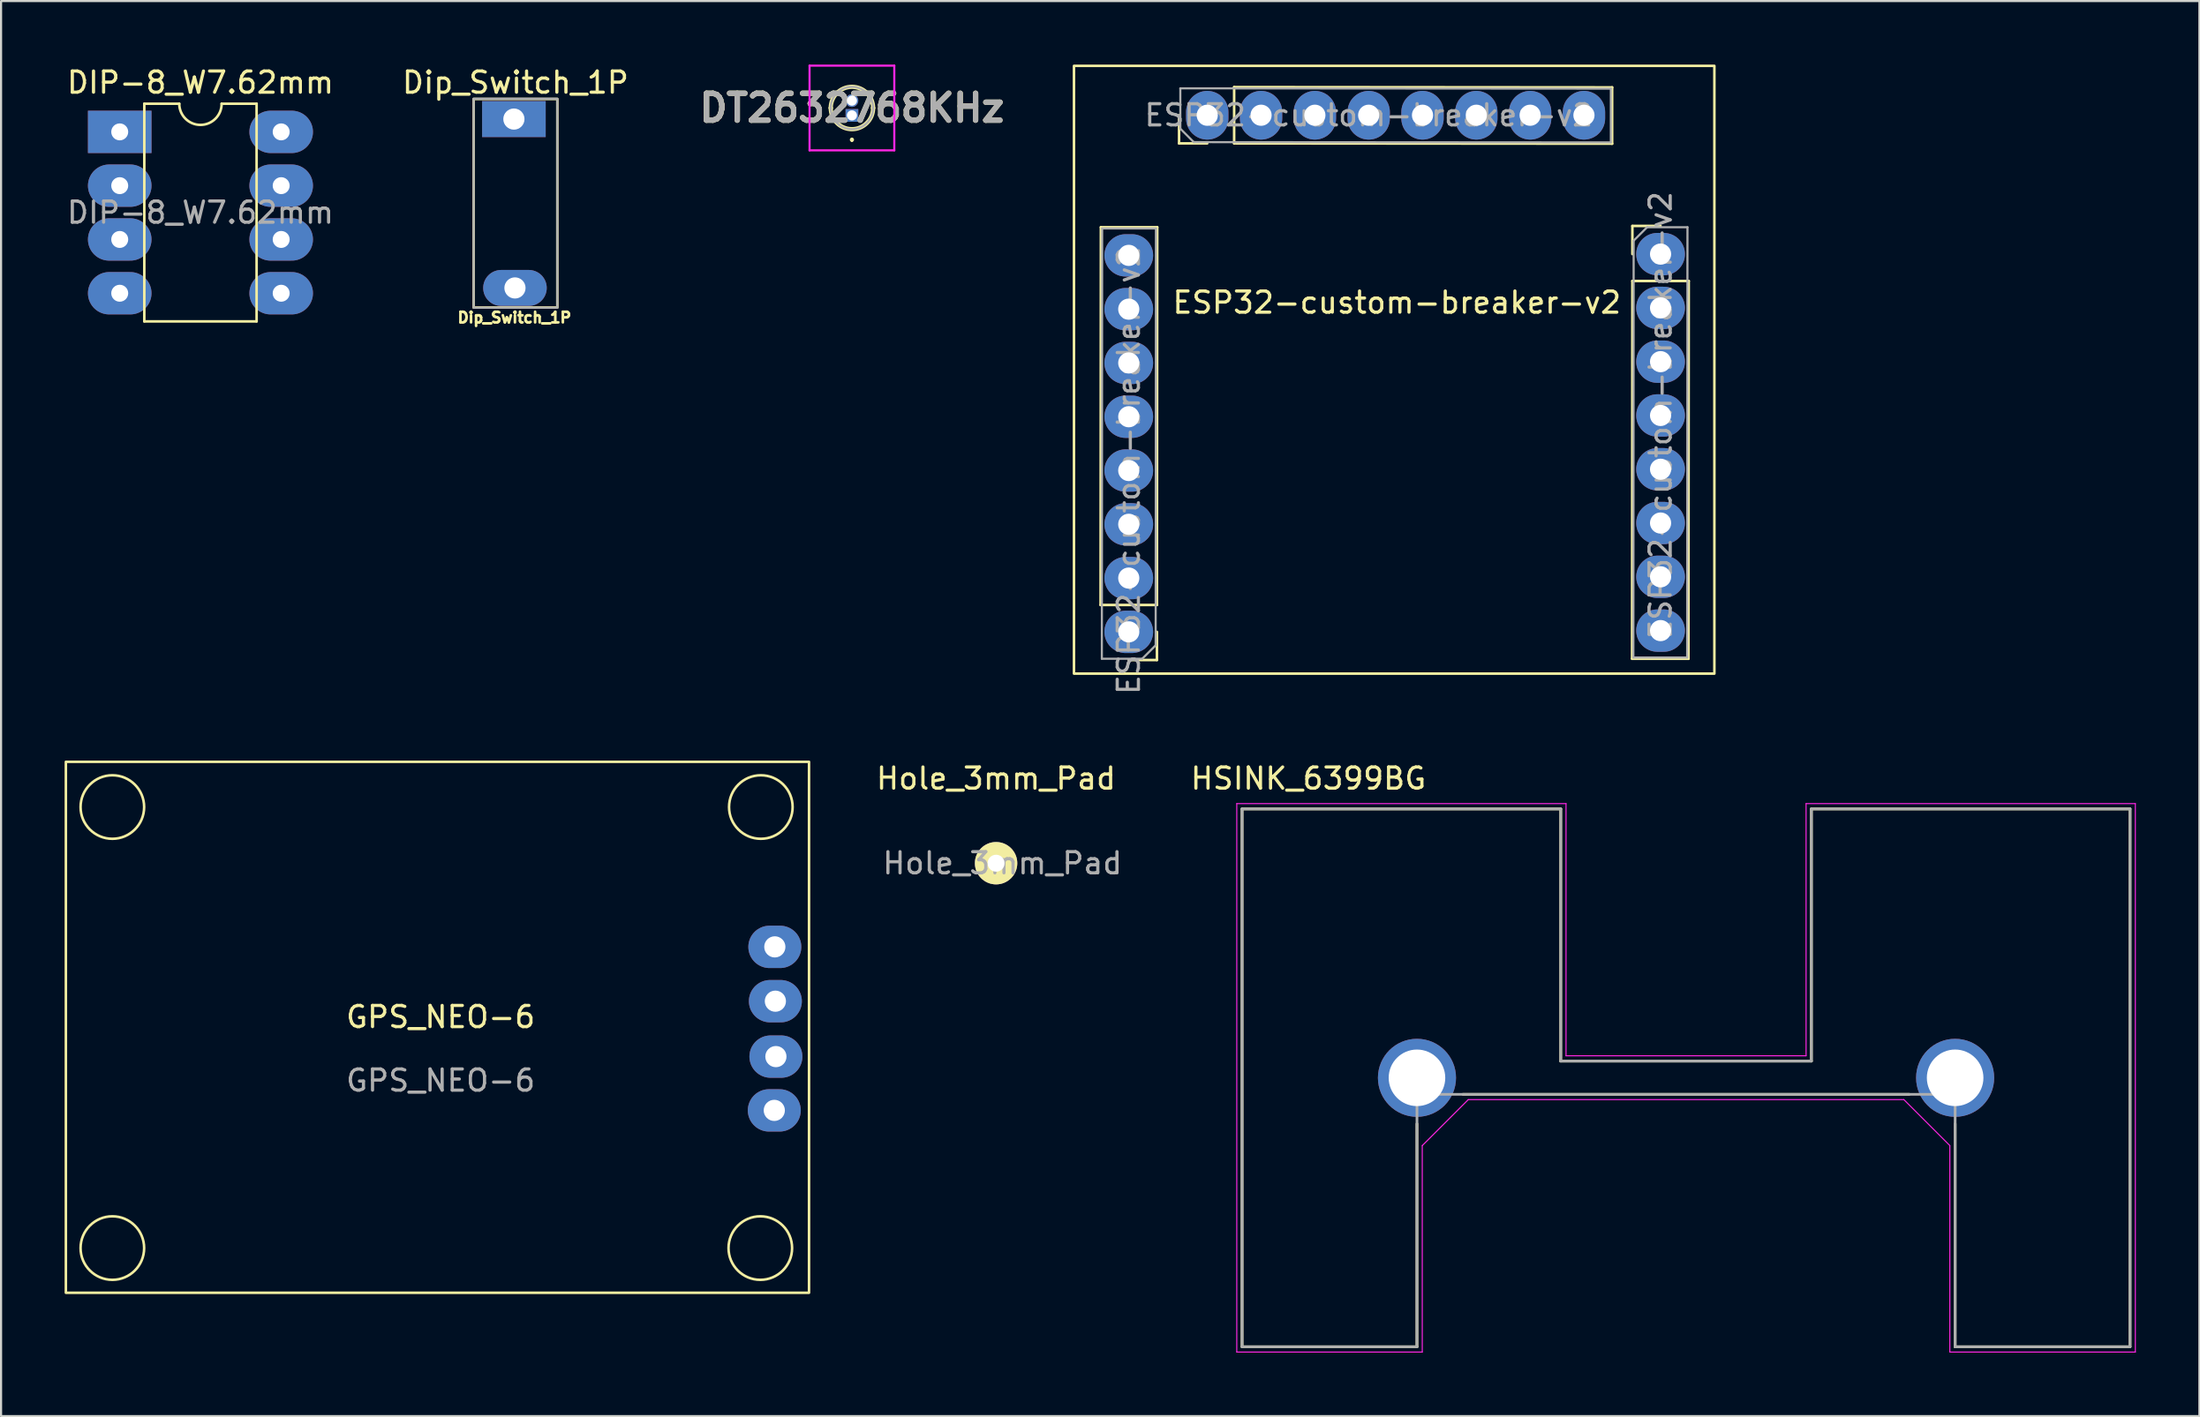
<source format=kicad_pcb>
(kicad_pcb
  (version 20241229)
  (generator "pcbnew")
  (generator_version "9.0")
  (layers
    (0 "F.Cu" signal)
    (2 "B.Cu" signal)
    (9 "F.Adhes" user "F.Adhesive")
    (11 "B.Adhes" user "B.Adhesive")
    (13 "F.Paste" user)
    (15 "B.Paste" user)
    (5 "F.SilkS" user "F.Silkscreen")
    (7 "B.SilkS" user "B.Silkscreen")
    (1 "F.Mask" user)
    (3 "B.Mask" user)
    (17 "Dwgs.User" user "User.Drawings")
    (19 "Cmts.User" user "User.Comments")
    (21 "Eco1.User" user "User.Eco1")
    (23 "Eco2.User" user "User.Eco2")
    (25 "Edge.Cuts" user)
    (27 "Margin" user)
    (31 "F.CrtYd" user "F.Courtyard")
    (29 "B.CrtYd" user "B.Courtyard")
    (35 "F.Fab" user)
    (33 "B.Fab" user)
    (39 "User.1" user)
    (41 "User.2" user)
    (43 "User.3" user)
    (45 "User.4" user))
  (footprint "ESP32-custom-breaker-v2"
    (layer "F.Cu")
    (at 62.879 11.236)
    (property "Reference" "ESP32-custom-breaker-v2" (at 0 0 0) (layer "F.SilkS") (effects (font (size 1 1) (thickness 0.15))))
    (attr through_hole)
    (fp_line (start -13.984 14.284) (end -13.97 -3.556) (stroke (width 0.12) (type solid)) (layer "F.SilkS"))
    (fp_line (start -11.324 14.284) (end -13.984 14.284) (stroke (width 0.12) (type solid)) (layer "F.SilkS"))
    (fp_line (start -11.324 14.284) (end -11.31 -3.556) (stroke (width 0.12) (type solid)) (layer "F.SilkS"))
    (fp_line (start -11.324 15.554) (end -11.324 16.884) (stroke (width 0.12) (type solid)) (layer "F.SilkS"))
    (fp_line (start -11.324 16.884) (end -12.654 16.884) (stroke (width 0.12) (type solid)) (layer "F.SilkS"))
    (fp_line (start -11.31 -3.556) (end -13.97 -3.556) (stroke (width 0.12) (type solid)) (layer "F.SilkS"))
    (fp_line (start -10.28 -7.514) (end -10.28 -8.844) (stroke (width 0.12) (type solid)) (layer "F.SilkS"))
    (fp_line (start -8.95 -7.514) (end -10.28 -7.514) (stroke (width 0.12) (type solid)) (layer "F.SilkS"))
    (fp_line (start -7.68 -10.174) (end 10.16 -10.16) (stroke (width 0.12) (type solid)) (layer "F.SilkS"))
    (fp_line (start -7.68 -7.514) (end -7.68 -10.174) (stroke (width 0.12) (type solid)) (layer "F.SilkS"))
    (fp_line (start -7.68 -7.514) (end 10.16 -7.5) (stroke (width 0.12) (type solid)) (layer "F.SilkS"))
    (fp_line (start 10.16 -7.5) (end 10.16 -10.16) (stroke (width 0.12) (type solid)) (layer "F.SilkS"))
    (fp_line (start 11.102 16.824) (end 13.762 16.824) (stroke (width 0.12) (type solid)) (layer "F.SilkS"))
    (fp_line (start 11.116 -3.616) (end 12.446 -3.616) (stroke (width 0.12) (type solid)) (layer "F.SilkS"))
    (fp_line (start 11.116 -2.286) (end 11.116 -3.616) (stroke (width 0.12) (type solid)) (layer "F.SilkS"))
    (fp_line (start 11.116 -1.016) (end 11.102 16.824) (stroke (width 0.12) (type solid)) (layer "F.SilkS"))
    (fp_line (start 11.116 -1.016) (end 13.776 -1.016) (stroke (width 0.12) (type solid)) (layer "F.SilkS"))
    (fp_line (start 13.776 -1.016) (end 13.762 16.824) (stroke (width 0.12) (type solid)) (layer "F.SilkS"))
    (fp_rect (start -15.24 -11.176) (end 14.986 17.526) (stroke (width 0.12) (type solid)) (fill no) (layer "F.SilkS"))
    (fp_line (start -13.924 16.824) (end -13.91 -3.496) (stroke (width 0.1) (type solid)) (layer "F.Fab"))
    (fp_line (start -13.91 -3.496) (end -11.37 -3.496) (stroke (width 0.1) (type solid)) (layer "F.Fab"))
    (fp_line (start -12.019 16.824) (end -13.924 16.824) (stroke (width 0.1) (type solid)) (layer "F.Fab"))
    (fp_line (start -11.384 16.189) (end -12.019 16.824) (stroke (width 0.1) (type solid)) (layer "F.Fab"))
    (fp_line (start -11.37 -3.496) (end -11.384 16.189) (stroke (width 0.1) (type solid)) (layer "F.Fab"))
    (fp_line (start -10.22 -10.114) (end 10.1 -10.1) (stroke (width 0.1) (type solid)) (layer "F.Fab"))
    (fp_line (start -10.22 -8.209) (end -10.22 -10.114) (stroke (width 0.1) (type solid)) (layer "F.Fab"))
    (fp_line (start -9.585 -7.574) (end -10.22 -8.209) (stroke (width 0.1) (type solid)) (layer "F.Fab"))
    (fp_line (start 10.1 -10.1) (end 10.1 -7.56) (stroke (width 0.1) (type solid)) (layer "F.Fab"))
    (fp_line (start 10.1 -7.56) (end -9.585 -7.574) (stroke (width 0.1) (type solid)) (layer "F.Fab"))
    (fp_line (start 11.162 16.764) (end 11.176 -2.921) (stroke (width 0.1) (type solid)) (layer "F.Fab"))
    (fp_line (start 11.176 -2.921) (end 11.811 -3.556) (stroke (width 0.1) (type solid)) (layer "F.Fab"))
    (fp_line (start 11.811 -3.556) (end 13.716 -3.556) (stroke (width 0.1) (type solid)) (layer "F.Fab"))
    (fp_line (start 13.702 16.764) (end 11.162 16.764) (stroke (width 0.1) (type solid)) (layer "F.Fab"))
    (fp_line (start 13.716 -3.556) (end 13.702 16.764) (stroke (width 0.1) (type solid)) (layer "F.Fab"))
    (fp_text user "${REFERENCE}" (at -1.33 -8.844 180) (layer "F.Fab") (effects (font (size 1 1) (thickness 0.15))))
    (fp_text user "${REFERENCE}" (at 12.446 5.334 90) (layer "F.Fab") (effects (font (size 1 1) (thickness 0.15))))
    (fp_text user "${REFERENCE}" (at -12.654 7.934 270) (layer "F.Fab") (effects (font (size 1 1) (thickness 0.15))))
    (pad "1" thru_hole oval (at 12.446 15.494) (size 2.3 2) (drill 1) (layers "*.Cu" "*.Mask"))
    (pad "2" thru_hole oval (at 12.446 12.954) (size 2.3 2) (drill 1) (layers "*.Cu" "*.Mask"))
    (pad "3" thru_hole oval (at 12.446 10.414) (size 2.3 2) (drill 1) (layers "*.Cu" "*.Mask"))
    (pad "4" thru_hole oval (at 12.446 7.874) (size 2.3 2) (drill 1) (layers "*.Cu" "*.Mask"))
    (pad "5" thru_hole oval (at 12.446 5.334) (size 2.3 2) (drill 1) (layers "*.Cu" "*.Mask"))
    (pad "6" thru_hole oval (at 12.446 2.794) (size 2.3 2) (drill 1) (layers "*.Cu" "*.Mask"))
    (pad "7" thru_hole oval (at 12.446 0.254) (size 2.3 2) (drill 1) (layers "*.Cu" "*.Mask"))
    (pad "8" thru_hole oval (at 12.446 -2.286) (size 2.3 2) (drill 1) (layers "*.Cu" "*.Mask"))
    (pad "9" thru_hole oval (at 8.83 -8.844 90) (size 2.3 2) (drill 1) (layers "*.Cu" "*.Mask"))
    (pad "10" thru_hole oval (at 6.29 -8.844 90) (size 2.3 2) (drill 1) (layers "*.Cu" "*.Mask"))
    (pad "11" thru_hole oval (at 3.75 -8.844 90) (size 2.3 2) (drill 1) (layers "*.Cu" "*.Mask"))
    (pad "12" thru_hole oval (at 1.21 -8.844 90) (size 2.3 2) (drill 1) (layers "*.Cu" "*.Mask"))
    (pad "13" thru_hole oval (at -1.33 -8.844 90) (size 2.3 2) (drill 1) (layers "*.Cu" "*.Mask"))
    (pad "14" thru_hole oval (at -3.87 -8.844 90) (size 2.3 2) (drill 1) (layers "*.Cu" "*.Mask"))
    (pad "15" thru_hole oval (at -6.41 -8.844 90) (size 2.3 2) (drill 1) (layers "*.Cu" "*.Mask"))
    (pad "16" thru_hole oval (at -8.95 -8.844 90) (size 2.3 2) (drill 1) (layers "*.Cu" "*.Mask"))
    (pad "17" thru_hole oval (at -12.654 -2.226 180) (size 2.3 2) (drill 1) (layers "*.Cu" "*.Mask"))
    (pad "18" thru_hole oval (at -12.654 0.314 180) (size 2.3 2) (drill 1) (layers "*.Cu" "*.Mask"))
    (pad "19" thru_hole oval (at -12.654 2.854 180) (size 2.3 2) (drill 1) (layers "*.Cu" "*.Mask"))
    (pad "20" thru_hole oval (at -12.654 5.394 180) (size 2.3 2) (drill 1) (layers "*.Cu" "*.Mask"))
    (pad "21" thru_hole oval (at -12.654 7.934 180) (size 2.3 2) (drill 1) (layers "*.Cu" "*.Mask"))
    (pad "22" thru_hole oval (at -12.654 10.474 180) (size 2.3 2) (drill 1) (layers "*.Cu" "*.Mask"))
    (pad "23" thru_hole oval (at -12.654 13.014 180) (size 2.3 2) (drill 1) (layers "*.Cu" "*.Mask"))
    (pad "24" thru_hole oval (at -12.654 15.554 180) (size 2.3 2) (drill 1) (layers "*.Cu" "*.Mask")))
  (footprint "Dip_Switch_1P"
    (layer "F.Cu")
    (at 21.23 5.073)
    (property "Reference" "Dip_Switch_1P" (at 0.05 -4.225 0) (layer "F.SilkS") (effects (font (size 1 1) (thickness 0.15))))
    (attr through_hole)
    (fp_rect (start -1.925 -3.45) (end 2.025 6.4) (stroke (width 0.12) (type solid)) (fill no) (layer "F.SilkS"))
    (fp_rect (start -1.925 -3.462) (end 2.025 6.412) (stroke (width 0.1) (type solid)) (fill no) (layer "F.Fab"))
    (fp_text user "Dip_Switch_1P" (at 0 6.875 0) (unlocked yes) (layer "F.SilkS") (effects (font (size 0.5 0.5) (thickness 0.125))))
    (pad "1" thru_hole rect (at -0.025 -2.5) (size 3 1.7) (drill 1) (layers "*.Cu" "*.Mask"))
    (pad "2" thru_hole oval (at 0.025 5.475) (size 3 1.7) (drill 1) (layers "*.Cu" "*.Mask")))
  (footprint "DT2632768KHz"
    (layer "F.Cu")
    (at 37.159 2.4)
    (property "Reference" "DT2632768KHz" (at 0 -0.35 0) (layer "F.SilkS") (effects (font (size 1.27 1.27) (thickness 0.254))))
    (attr through_hole)
    (fp_line (start -1 -0.35) (end -1 -0.35) (stroke (width 0.2) (type solid)) (layer "F.SilkS"))
    (fp_line (start 0 1.1) (end 0 1.1) (stroke (width 0.1) (type solid)) (layer "F.SilkS"))
    (fp_line (start 0 1.2) (end 0 1.2) (stroke (width 0.1) (type solid)) (layer "F.SilkS"))
    (fp_line (start 1 -0.35) (end 1 -0.35) (stroke (width 0.2) (type solid)) (layer "F.SilkS"))
    (fp_arc (start -1 -0.35) (mid 0 -1.35) (end 1 -0.35) (stroke (width 0.2) (type solid)) (layer "F.SilkS"))
    (fp_arc (start 0 1.1) (mid 0.05 1.15) (end 0 1.2) (stroke (width 0.1) (type solid)) (layer "F.SilkS"))
    (fp_arc (start 0 1.2) (mid -0.05 1.15) (end 0 1.1) (stroke (width 0.1) (type solid)) (layer "F.SilkS"))
    (fp_arc (start 1 -0.35) (mid 0 0.65) (end -1 -0.35) (stroke (width 0.2) (type solid)) (layer "F.SilkS"))
    (fp_line (start -2 -2.35) (end 2 -2.35) (stroke (width 0.1) (type solid)) (layer "F.CrtYd"))
    (fp_line (start -2 1.65) (end -2 -2.35) (stroke (width 0.1) (type solid)) (layer "F.CrtYd"))
    (fp_line (start 2 -2.35) (end 2 1.65) (stroke (width 0.1) (type solid)) (layer "F.CrtYd"))
    (fp_line (start 2 1.65) (end -2 1.65) (stroke (width 0.1) (type solid)) (layer "F.CrtYd"))
    (fp_line (start -1 -0.35) (end -1 -0.35) (stroke (width 0.1) (type solid)) (layer "F.Fab"))
    (fp_line (start 1 -0.35) (end 1 -0.35) (stroke (width 0.1) (type solid)) (layer "F.Fab"))
    (fp_arc (start -1 -0.35) (mid 0 -1.35) (end 1 -0.35) (stroke (width 0.1) (type solid)) (layer "F.Fab"))
    (fp_arc (start 1 -0.35) (mid 0 0.65) (end -1 -0.35) (stroke (width 0.1) (type solid)) (layer "F.Fab"))
    (fp_text user "${REFERENCE}" (at 0 -0.35 0) (layer "F.Fab") (effects (font (size 1.27 1.27) (thickness 0.254))))
    (pad "1" thru_hole rect (at 0 0) (size 0.6 0.6) (drill 0.48) (layers "*.Cu" "*.Mask"))
    (pad "2" thru_hole circle (at 0 -0.7) (size 0.6 0.6) (drill 0.48) (layers "*.Cu" "*.Mask")))
  (footprint "HSINK_6399BG"
    (layer "F.Cu")
    (at 76.528 47.85)
    (property "Reference" "HSINK_6399BG" (at -17.825 -14.135 0) (layer "F.SilkS") (effects (font (size 1 1) (thickness 0.15))))
    (attr through_hole)
    (fp_line (start -20.955 -12.7) (end -20.955 12.7) (stroke (width 0.127) (type solid)) (layer "F.SilkS"))
    (fp_line (start -20.955 12.7) (end -12.7 12.7) (stroke (width 0.127) (type solid)) (layer "F.SilkS"))
    (fp_line (start -12.7 2.17) (end -12.7 12.7) (stroke (width 0.127) (type solid)) (layer "F.SilkS"))
    (fp_line (start -10.53 0.78) (end 10.53 0.78) (stroke (width 0.127) (type solid)) (layer "F.SilkS"))
    (fp_line (start -5.915 -12.7) (end -20.955 -12.7) (stroke (width 0.127) (type solid)) (layer "F.SilkS"))
    (fp_line (start -5.915 -0.79) (end -5.915 -12.7) (stroke (width 0.127) (type solid)) (layer "F.SilkS"))
    (fp_line (start 5.915 -12.7) (end 5.915 -0.79) (stroke (width 0.127) (type solid)) (layer "F.SilkS"))
    (fp_line (start 5.915 -0.79) (end -5.915 -0.79) (stroke (width 0.127) (type solid)) (layer "F.SilkS"))
    (fp_line (start 12.7 2.17) (end 12.7 12.7) (stroke (width 0.127) (type solid)) (layer "F.SilkS"))
    (fp_line (start 12.7 12.7) (end 20.955 12.7) (stroke (width 0.127) (type solid)) (layer "F.SilkS"))
    (fp_line (start 20.955 -12.7) (end 5.915 -12.7) (stroke (width 0.127) (type solid)) (layer "F.SilkS"))
    (fp_line (start 20.955 12.7) (end 20.955 -12.7) (stroke (width 0.127) (type solid)) (layer "F.SilkS"))
    (fp_line (start -21.205 -12.95) (end -21.205 12.95) (stroke (width 0.05) (type solid)) (layer "F.CrtYd"))
    (fp_line (start -21.205 12.95) (end -12.45 12.95) (stroke (width 0.05) (type solid)) (layer "F.CrtYd"))
    (fp_line (start -12.45 3.2) (end -10.28 1.03) (stroke (width 0.05) (type solid)) (layer "F.CrtYd"))
    (fp_line (start -12.45 12.95) (end -12.45 3.2) (stroke (width 0.05) (type solid)) (layer "F.CrtYd"))
    (fp_line (start -10.28 1.03) (end 10.28 1.03) (stroke (width 0.05) (type solid)) (layer "F.CrtYd"))
    (fp_line (start -5.665 -12.95) (end -21.205 -12.95) (stroke (width 0.05) (type solid)) (layer "F.CrtYd"))
    (fp_line (start -5.665 -1.04) (end -5.665 -12.95) (stroke (width 0.05) (type solid)) (layer "F.CrtYd"))
    (fp_line (start 5.665 -12.95) (end 5.665 -1.04) (stroke (width 0.05) (type solid)) (layer "F.CrtYd"))
    (fp_line (start 5.665 -1.04) (end -5.665 -1.04) (stroke (width 0.05) (type solid)) (layer "F.CrtYd"))
    (fp_line (start 10.28 1.03) (end 12.45 3.2) (stroke (width 0.05) (type solid)) (layer "F.CrtYd"))
    (fp_line (start 12.45 3.2) (end 12.45 12.95) (stroke (width 0.05) (type solid)) (layer "F.CrtYd"))
    (fp_line (start 12.45 12.95) (end 21.205 12.95) (stroke (width 0.05) (type solid)) (layer "F.CrtYd"))
    (fp_line (start 21.205 -12.95) (end 5.665 -12.95) (stroke (width 0.05) (type solid)) (layer "F.CrtYd"))
    (fp_line (start 21.205 12.95) (end 21.205 -12.95) (stroke (width 0.05) (type solid)) (layer "F.CrtYd"))
    (fp_line (start -20.955 -12.7) (end -20.955 12.7) (stroke (width 0.127) (type solid)) (layer "F.Fab"))
    (fp_line (start -20.955 12.7) (end -12.7 12.7) (stroke (width 0.127) (type solid)) (layer "F.Fab"))
    (fp_line (start -12.7 0.78) (end 12.7 0.78) (stroke (width 0.127) (type solid)) (layer "F.Fab"))
    (fp_line (start -12.7 12.7) (end -12.7 0.78) (stroke (width 0.127) (type solid)) (layer "F.Fab"))
    (fp_line (start -5.915 -12.7) (end -20.955 -12.7) (stroke (width 0.127) (type solid)) (layer "F.Fab"))
    (fp_line (start -5.915 -0.79) (end -5.915 -12.7) (stroke (width 0.127) (type solid)) (layer "F.Fab"))
    (fp_line (start 5.915 -12.7) (end 5.915 -0.79) (stroke (width 0.127) (type solid)) (layer "F.Fab"))
    (fp_line (start 5.915 -0.79) (end -5.915 -0.79) (stroke (width 0.127) (type solid)) (layer "F.Fab"))
    (fp_line (start 12.7 0.78) (end 12.7 12.7) (stroke (width 0.127) (type solid)) (layer "F.Fab"))
    (fp_line (start 12.7 12.7) (end 20.955 12.7) (stroke (width 0.127) (type solid)) (layer "F.Fab"))
    (fp_line (start 20.955 -12.7) (end 5.915 -12.7) (stroke (width 0.127) (type solid)) (layer "F.Fab"))
    (fp_line (start 20.955 12.7) (end 20.955 -12.7) (stroke (width 0.127) (type solid)) (layer "F.Fab"))
    (pad "1" thru_hole circle (at -12.7 0) (size 3.686 3.686) (drill 2.67) (layers "*.Cu" "*.Mask"))
    (pad "2" thru_hole circle (at 12.7 0) (size 3.686 3.686) (drill 2.67) (layers "*.Cu" "*.Mask")))
  (footprint "GPS_NEO-6"
    (layer "F.Cu")
    (at 17.747 45.476)
    (property "Reference" "GPS_NEO-6" (at 0 -0.5 0) (unlocked yes) (layer "F.SilkS") (effects (font (size 1 1) (thickness 0.15))))
    (attr through_hole)
    (fp_rect (start -17.688 -12.55) (end 17.387 12.525) (stroke (width 0.12) (type solid)) (fill no) (layer "F.SilkS"))
    (fp_circle (center -15.494 -10.414) (end -13.994 -10.414) (stroke (width 0.12) (type solid)) (fill no) (layer "F.SilkS"))
    (fp_circle (center -15.494 10.414) (end -13.994 10.414) (stroke (width 0.12) (type solid)) (fill no) (layer "F.SilkS"))
    (fp_circle (center 15.088 10.414) (end 16.588 10.414) (stroke (width 0.12) (type solid)) (fill no) (layer "F.SilkS"))
    (fp_circle (center 15.113 -10.414) (end 16.613 -10.414) (stroke (width 0.12) (type solid)) (fill no) (layer "F.SilkS"))
    (fp_text user "${REFERENCE}" (at 0 2.5 0) (unlocked yes) (layer "F.Fab") (effects (font (size 1 1) (thickness 0.15))))
    (pad "1" thru_hole oval (at 15.773 -3.81) (size 2.5 2) (drill 1) (layers "*.Cu" "*.Mask"))
    (pad "2" thru_hole oval (at 15.799 -1.245) (size 2.5 2) (drill 1) (layers "*.Cu" "*.Mask"))
    (pad "3" thru_hole oval (at 15.824 1.372) (size 2.5 2) (drill 1) (layers "*.Cu" "*.Mask"))
    (pad "4" thru_hole oval (at 15.748 3.912) (size 2.5 2) (drill 1) (layers "*.Cu" "*.Mask")))
  (footprint "Hole_3mm_Pad"
    (layer "F.Cu")
    (at 43.963 37.715)
    (property "Reference" "Hole_3mm_Pad" (at 0 -4 0) (layer "F.SilkS") (effects (font (size 1 1) (thickness 0.15))))
    (attr exclude_from_pos_files exclude_from_bom)
    (fp_text user "${REFERENCE}" (at 0.3 0 0) (layer "F.Fab") (effects (font (size 1 1) (thickness 0.15))))
    (pad "0" thru_hole circle (at 0 0) (size 2 2) (drill 0.8) (layers "*.Cu" "*.Mask" "F.SilkS")))
  (footprint "DIP-8_W7.62mm"
    (layer "F.Cu")
    (at 2.601 3.178)
    (property "Reference" "DIP-8_W7.62mm" (at 3.81 -2.33 0) (layer "F.SilkS") (effects (font (size 1 1) (thickness 0.15))))
    (attr through_hole)
    (fp_line (start 1.16 -1.33) (end 1.16 8.95) (stroke (width 0.12) (type solid)) (layer "F.SilkS"))
    (fp_line (start 1.16 8.95) (end 6.46 8.95) (stroke (width 0.12) (type solid)) (layer "F.SilkS"))
    (fp_line (start 2.81 -1.33) (end 1.16 -1.33) (stroke (width 0.12) (type solid)) (layer "F.SilkS"))
    (fp_line (start 6.46 -1.33) (end 4.81 -1.33) (stroke (width 0.12) (type solid)) (layer "F.SilkS"))
    (fp_line (start 6.46 8.95) (end 6.46 -1.33) (stroke (width 0.12) (type solid)) (layer "F.SilkS"))
    (fp_arc (start 4.81 -1.33) (mid 3.81 -0.33) (end 2.81 -1.33) (stroke (width 0.12) (type solid)) (layer "F.SilkS"))
    (fp_text user "${REFERENCE}" (at 3.81 3.81 0) (layer "F.Fab") (effects (font (size 1 1) (thickness 0.15))))
    (pad "1" thru_hole rect (at 0 0) (size 3 2) (drill 0.8) (layers "*.Cu" "*.Mask"))
    (pad "2" thru_hole oval (at 0 2.54) (size 3 2) (drill 0.8) (layers "*.Cu" "*.Mask"))
    (pad "3" thru_hole oval (at 0 5.08) (size 3 2) (drill 0.8) (layers "*.Cu" "*.Mask"))
    (pad "4" thru_hole oval (at 0 7.62) (size 3 2) (drill 0.8) (layers "*.Cu" "*.Mask"))
    (pad "5" thru_hole oval (at 7.62 7.62) (size 3 2) (drill 0.8) (layers "*.Cu" "*.Mask"))
    (pad "6" thru_hole oval (at 7.62 5.08) (size 3 2) (drill 0.8) (layers "*.Cu" "*.Mask"))
    (pad "7" thru_hole oval (at 7.62 2.54) (size 3 2) (drill 0.8) (layers "*.Cu" "*.Mask"))
    (pad "8" thru_hole oval (at 7.62 0) (size 3 2) (drill 0.8) (layers "*.Cu" "*.Mask")))
  (gr_rect
    (start -3 -3)
    (end 100.758 63.825)
    (stroke (width 0.1) (type default))
    (fill no)
    (layer "Edge.Cuts")))
</source>
